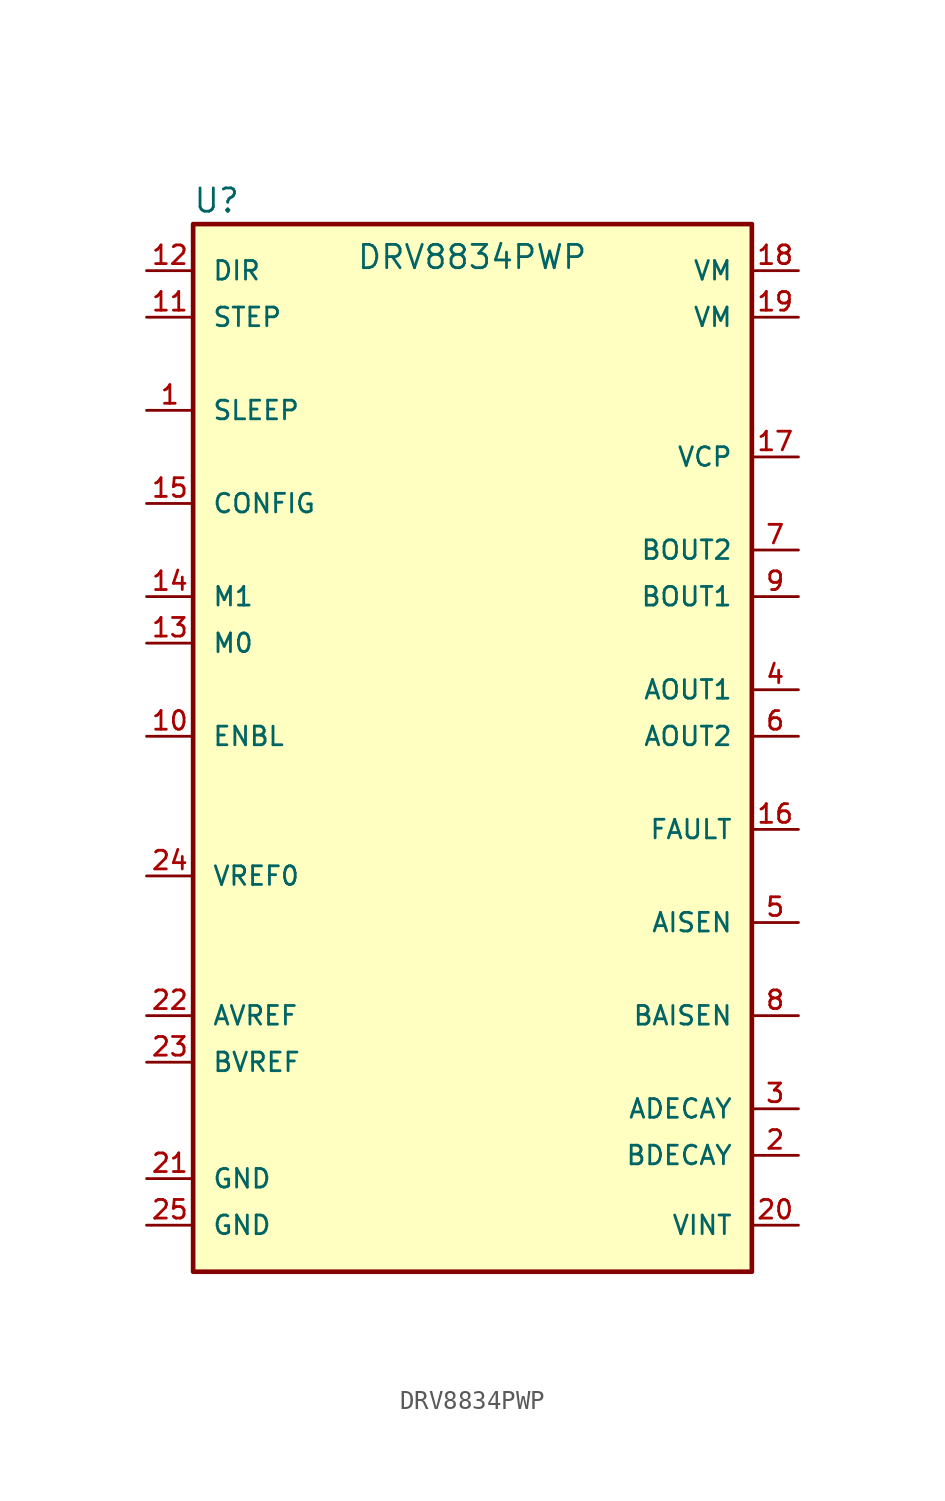
<source format=kicad_sym>
(kicad_symbol_lib
  (version 20231120)
  (generator "kicad_symbol_editor")
  (generator_version "8.0")
  (symbol "DRV8834PWP"
    (pin_names
      (offset 1.016))
    (property "Reference" "U"
      (at -15.266 18.32 0)
      (effects (font (size 1.27 1.27)) (justify left bottom)))
    (property "Value" "DRV8834PWP"
      (at -6.35 15.24 0)
      (effects (font (size 1.27 1.27)) (justify left bottom)))
    (symbol "DRV8834PWP_0_0"
      (rectangle (start -15.24 17.78) (end 15.24 -39.37) (stroke (width 0.254) (type default)) (fill (type background)))
      (pin input line (at -17.78 -2.54 0) (length 2.54) (name "M1" (effects (font (size 1.016 1.016)))) (number "14" (effects (font (size 1.016 1.016)))))
      (pin input line (at -17.78 2.54 0) (length 2.54) (name "CONFIG" (effects (font (size 1.016 1.016)))) (number "15" (effects (font (size 1.016 1.016)))))
      (pin bidirectional line (at -17.78 -36.83 0) (length 2.54) (name "GND" (effects (font (size 1.016 1.016)))) (number "25" (effects (font (size 1.016 1.016))))))
    (symbol "DRV8834PWP_1_0"
      (pin input line (at -17.78 7.62 0) (length 2.54) (name "SLEEP" (effects (font (size 1.016 1.016)))) (number "1" (effects (font (size 1.016 1.016)))))
      (pin input line (at -17.78 -10.16 0) (length 2.54) (name "ENBL" (effects (font (size 1.016 1.016)))) (number "10" (effects (font (size 1.016 1.016)))))
      (pin input line (at -17.78 12.7 0) (length 2.54) (name "STEP" (effects (font (size 1.016 1.016)))) (number "11" (effects (font (size 1.016 1.016)))))
      (pin input line (at -17.78 15.24 0) (length 2.54) (name "DIR" (effects (font (size 1.016 1.016)))) (number "12" (effects (font (size 1.016 1.016)))))
      (pin input line (at -17.78 -5.08 0) (length 2.54) (name "M0" (effects (font (size 1.016 1.016)))) (number "13" (effects (font (size 1.016 1.016)))))
      (pin output line (at 17.78 -15.24 180) (length 2.54) (name "FAULT" (effects (font (size 1.016 1.016)))) (number "16" (effects (font (size 1.016 1.016)))))
      (pin output line (at 17.78 5.08 180) (length 2.54) (name "VCP" (effects (font (size 1.016 1.016)))) (number "17" (effects (font (size 1.016 1.016)))))
      (pin power_in line (at 17.78 15.24 180) (length 2.54) (name "VM" (effects (font (size 1.016 1.016)))) (number "18" (effects (font (size 1.016 1.016)))))
      (pin power_in line (at 17.78 12.7 180) (length 2.54) (name "VM" (effects (font (size 1.016 1.016)))) (number "19" (effects (font (size 1.016 1.016)))))
      (pin power_in line (at 17.78 -33.02 180) (length 2.54) (name "BDECAY" (effects (font (size 1.016 1.016)))) (number "2" (effects (font (size 1.016 1.016)))))
      (pin power_in line (at 17.78 -36.83 180) (length 2.54) (name "VINT" (effects (font (size 1.016 1.016)))) (number "20" (effects (font (size 1.016 1.016)))))
      (pin bidirectional line (at -17.78 -34.29 0) (length 2.54) (name "GND" (effects (font (size 1.016 1.016)))) (number "21" (effects (font (size 1.016 1.016)))))
      (pin input line (at -17.78 -25.4 0) (length 2.54) (name "AVREF" (effects (font (size 1.016 1.016)))) (number "22" (effects (font (size 1.016 1.016)))))
      (pin input line (at -17.78 -27.94 0) (length 2.54) (name "BVREF" (effects (font (size 1.016 1.016)))) (number "23" (effects (font (size 1.016 1.016)))))
      (pin input line (at -17.78 -17.78 0) (length 2.54) (name "VREF0" (effects (font (size 1.016 1.016)))) (number "24" (effects (font (size 1.016 1.016)))))
      (pin power_in line (at 17.78 -30.48 180) (length 2.54) (name "ADECAY" (effects (font (size 1.016 1.016)))) (number "3" (effects (font (size 1.016 1.016)))))
      (pin output line (at 17.78 -7.62 180) (length 2.54) (name "AOUT1" (effects (font (size 1.016 1.016)))) (number "4" (effects (font (size 1.016 1.016)))))
      (pin output line (at 17.78 -20.32 180) (length 2.54) (name "AISEN" (effects (font (size 1.016 1.016)))) (number "5" (effects (font (size 1.016 1.016)))))
      (pin output line (at 17.78 -10.16 180) (length 2.54) (name "AOUT2" (effects (font (size 1.016 1.016)))) (number "6" (effects (font (size 1.016 1.016)))))
      (pin output line (at 17.78 0 180) (length 2.54) (name "BOUT2" (effects (font (size 1.016 1.016)))) (number "7" (effects (font (size 1.016 1.016)))))
      (pin power_in line (at 17.78 -25.4 180) (length 2.54) (name "BAISEN" (effects (font (size 1.016 1.016)))) (number "8" (effects (font (size 1.016 1.016)))))
      (pin output line (at 17.78 -2.54 180) (length 2.54) (name "BOUT1" (effects (font (size 1.016 1.016)))) (number "9" (effects (font (size 1.016 1.016))))))))
</source>
